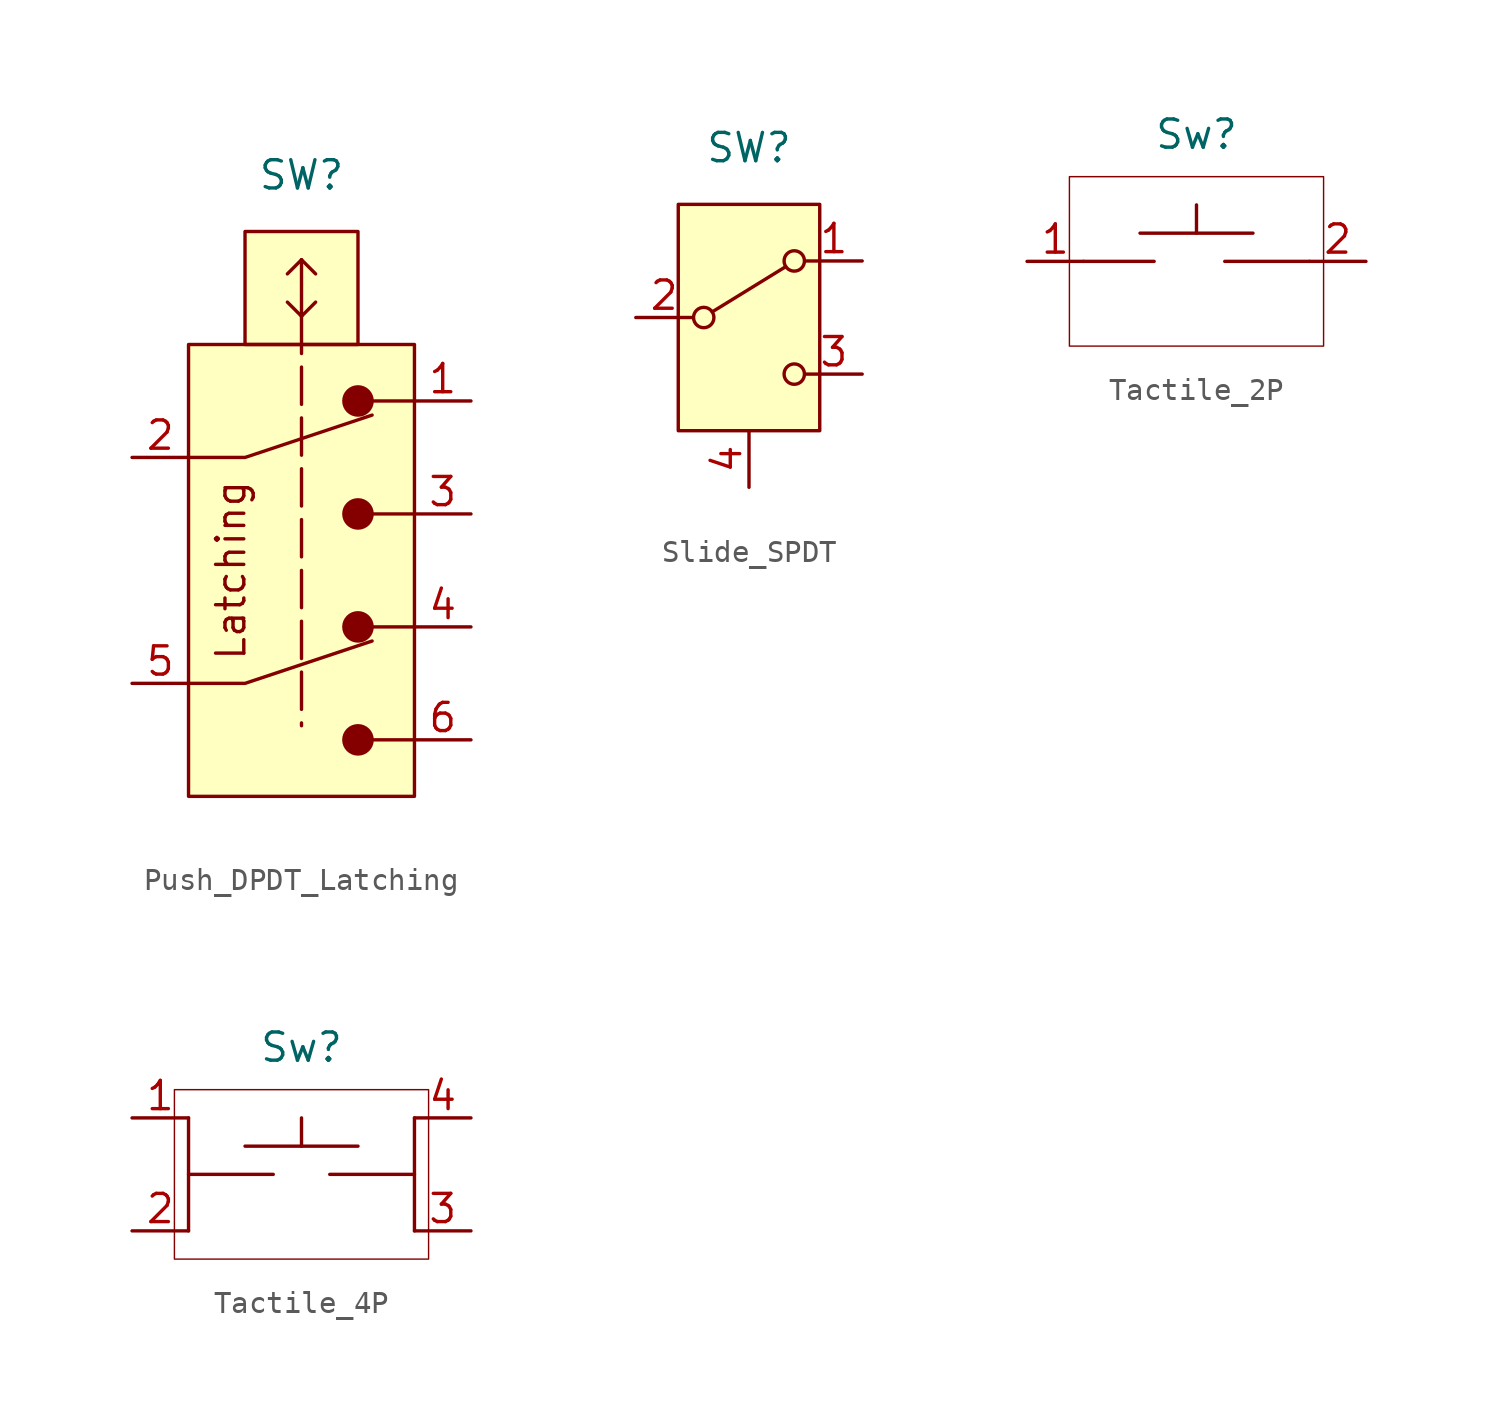
<source format=kicad_sym>
(kicad_symbol_lib
  (version 20220914)
  (generator kicad_symbol_editor)
  (symbol "Push_DPDT_Latching"
    (property "Reference" "SW"
      (at 0 17.78 0)
      (effects (font (size 1.27 1.27))))
    (property "Value" ""
      (at 0 0 0)
      (effects (font (size 1.27 1.27))))
    (symbol "Push_DPDT_Latching_0_1"
      (polyline (pts (xy -5.08 -5.08) (xy -2.54 -5.08) (xy 3.175 -3.175)) (stroke (width 0) (type default)) (fill (type none)))
      (polyline (pts (xy -5.08 5.08) (xy -2.54 5.08) (xy 3.175 6.985)) (stroke (width 0) (type default)) (fill (type none))))
    (symbol "Push_DPDT_Latching_1_1"
      (rectangle (start -5.08 10.16) (end 5.08 -10.16) (stroke (width 0) (type default)) (fill (type background)))
      (rectangle (start -2.54 15.24) (end 2.54 10.16) (stroke (width 0) (type default)) (fill (type background)))
      (polyline (pts (xy 0 11.43) (xy -0.635 12.065)) (stroke (width 0) (type default)) (fill (type none)))
      (polyline (pts (xy 0 11.43) (xy 0 -6.985)) (stroke (width 0) (type dash)) (fill (type none)))
      (polyline (pts (xy 0 11.43) (xy 0.635 12.065)) (stroke (width 0) (type default)) (fill (type none)))
      (polyline (pts (xy 0 13.97) (xy -0.635 13.335)) (stroke (width 0) (type default)) (fill (type none)))
      (polyline (pts (xy 0 13.97) (xy 0 11.43)) (stroke (width 0) (type default)) (fill (type none)))
      (polyline (pts (xy 0 13.97) (xy 0.635 13.335)) (stroke (width 0) (type default)) (fill (type none)))
      (polyline (pts (xy 2.54 -7.62) (xy 5.08 -7.62)) (stroke (width 0) (type default)) (fill (type none)))
      (polyline (pts (xy 2.54 -2.54) (xy 5.08 -2.54)) (stroke (width 0) (type default)) (fill (type none)))
      (polyline (pts (xy 2.54 2.54) (xy 5.08 2.54)) (stroke (width 0) (type default)) (fill (type none)))
      (polyline (pts (xy 2.54 7.62) (xy 5.08 7.62)) (stroke (width 0) (type default)) (fill (type none)))
      (circle (center 2.54 -7.62) (radius 0.635) (stroke (width 0) (type default)) (fill (type outline)))
      (circle (center 2.54 -2.54) (radius 0.635) (stroke (width 0) (type default)) (fill (type outline)))
      (circle (center 2.54 2.54) (radius 0.635) (stroke (width 0) (type default)) (fill (type outline)))
      (circle (center 2.54 7.62) (radius 0.635) (stroke (width 0) (type default)) (fill (type outline)))
      (text "Latching" (at -3.175 0 900) (effects (font (size 1.27 1.27))))
      (pin passive line (at 7.62 7.62 180) (length 2.54) (name "" (effects (font (size 1.27 1.27)))) (number "1" (effects (font (size 1.27 1.27)))))
      (pin passive line (at -7.62 5.08 0) (length 2.54) (name "" (effects (font (size 1.27 1.27)))) (number "2" (effects (font (size 1.27 1.27)))))
      (pin passive line (at 7.62 2.54 180) (length 2.54) (name "" (effects (font (size 1.27 1.27)))) (number "3" (effects (font (size 1.27 1.27)))))
      (pin passive line (at 7.62 -2.54 180) (length 2.54) (name "" (effects (font (size 1.27 1.27)))) (number "4" (effects (font (size 1.27 1.27)))))
      (pin passive line (at -7.62 -5.08 0) (length 2.54) (name "" (effects (font (size 1.27 1.27)))) (number "5" (effects (font (size 1.27 1.27)))))
      (pin passive line (at 7.62 -7.62 180) (length 2.54) (name "" (effects (font (size 1.27 1.27)))) (number "6" (effects (font (size 1.27 1.27)))))))
  (symbol "Slide_SPDT"
    (pin_names
      (offset 0) hide)
    (property "Reference" "SW"
      (at 0 7.62 0)
      (effects (font (size 1.27 1.27))))
    (symbol "Slide_SPDT_0_1"
      (circle (center -2.032 0) (radius 0.457) (stroke (width 0) (type default)) (fill (type none)))
      (polyline (pts (xy -1.651 0.254) (xy 1.651 2.286)) (stroke (width 0) (type default)) (fill (type none)))
      (circle (center 2.032 -2.54) (radius 0.457) (stroke (width 0) (type default)) (fill (type none)))
      (circle (center 2.032 2.54) (radius 0.457) (stroke (width 0) (type default)) (fill (type none))))
    (symbol "Slide_SPDT_1_1"
      (rectangle (start -3.175 5.08) (end 3.175 -5.08) (stroke (width 0) (type default)) (fill (type background)))
      (pin passive line (at 5.08 2.54 180) (length 2.54) (name "A" (effects (font (size 1.27 1.27)))) (number "1" (effects (font (size 1.27 1.27)))))
      (pin passive line (at -5.08 0 0) (length 2.54) (name "B" (effects (font (size 1.27 1.27)))) (number "2" (effects (font (size 1.27 1.27)))))
      (pin passive line (at 5.08 -2.54 180) (length 2.54) (name "C" (effects (font (size 1.27 1.27)))) (number "3" (effects (font (size 1.27 1.27)))))
      (pin input line (at 0 -7.62 90) (length 2.54) (name "Mech" (effects (font (size 1.27 1.27)))) (number "4" (effects (font (size 1.27 1.27)))))))
  (symbol "Tactile_2P"
    (property "Reference" "Sw"
      (at 0 5.715 0)
      (effects (font (size 1.27 1.27))))
    (property "Value" ""
      (at 0 0 0)
      (effects (font (size 1.27 1.27))))
    (symbol "Tactile_2P_0_1"
      (polyline (pts (xy -5.08 0) (xy -1.905 0)) (stroke (width 0) (type default)) (fill (type none)))
      (polyline (pts (xy -2.54 1.27) (xy 2.54 1.27)) (stroke (width 0) (type default)) (fill (type none)))
      (polyline (pts (xy 0 1.27) (xy 0 2.54)) (stroke (width 0) (type default)) (fill (type none)))
      (polyline (pts (xy 1.27 0) (xy 5.08 0)) (stroke (width 0) (type default)) (fill (type none))))
    (symbol "Tactile_2P_1_1"
      (polyline (pts (xy -5.715 1.905) (xy -5.715 3.81) (xy 5.715 3.81) (xy 5.715 -3.81) (xy -5.715 -3.81) (xy -5.715 1.905)) (stroke (width 0.064) (type default)) (fill (type none)))
      (pin input line (at -7.62 0 0) (length 2.54) (name "" (effects (font (size 1.27 1.27)))) (number "1" (effects (font (size 1.27 1.27)))))
      (pin input line (at 7.62 0 180) (length 2.54) (name "" (effects (font (size 1.27 1.27)))) (number "2" (effects (font (size 1.27 1.27)))))))
  (symbol "Tactile_4P"
    (property "Reference" "Sw"
      (at 0 5.715 0)
      (effects (font (size 1.27 1.27))))
    (property "Value" ""
      (at 0 0 0)
      (effects (font (size 1.27 1.27))))
    (symbol "Tactile_4P_0_1"
      (polyline (pts (xy -5.08 0) (xy -1.27 0)) (stroke (width 0) (type default)) (fill (type none)))
      (polyline (pts (xy -5.08 2.54) (xy -5.08 -2.54)) (stroke (width 0) (type default)) (fill (type none)))
      (polyline (pts (xy -2.54 1.27) (xy 2.54 1.27)) (stroke (width 0) (type default)) (fill (type none)))
      (polyline (pts (xy 0 1.27) (xy 0 2.54)) (stroke (width 0) (type default)) (fill (type none)))
      (polyline (pts (xy 1.27 0) (xy 5.08 0)) (stroke (width 0) (type default)) (fill (type none)))
      (polyline (pts (xy 5.08 2.54) (xy 5.08 -2.54)) (stroke (width 0) (type default)) (fill (type none))))
    (symbol "Tactile_4P_1_1"
      (polyline (pts (xy -5.715 1.905) (xy -5.715 3.81) (xy 5.715 3.81) (xy 5.715 -3.81) (xy -5.715 -3.81) (xy -5.715 1.905)) (stroke (width 0.064) (type default)) (fill (type none)))
      (pin input line (at -7.62 2.54 0) (length 2.54) (name "" (effects (font (size 1.27 1.27)))) (number "1" (effects (font (size 1.27 1.27)))))
      (pin input line (at -7.62 -2.54 0) (length 2.54) (name "" (effects (font (size 1.27 1.27)))) (number "2" (effects (font (size 1.27 1.27)))))
      (pin input line (at 7.62 -2.54 180) (length 2.54) (name "" (effects (font (size 1.27 1.27)))) (number "3" (effects (font (size 1.27 1.27)))))
      (pin input line (at 7.62 2.54 180) (length 2.54) (name "" (effects (font (size 1.27 1.27)))) (number "4" (effects (font (size 1.27 1.27))))))))
</source>
